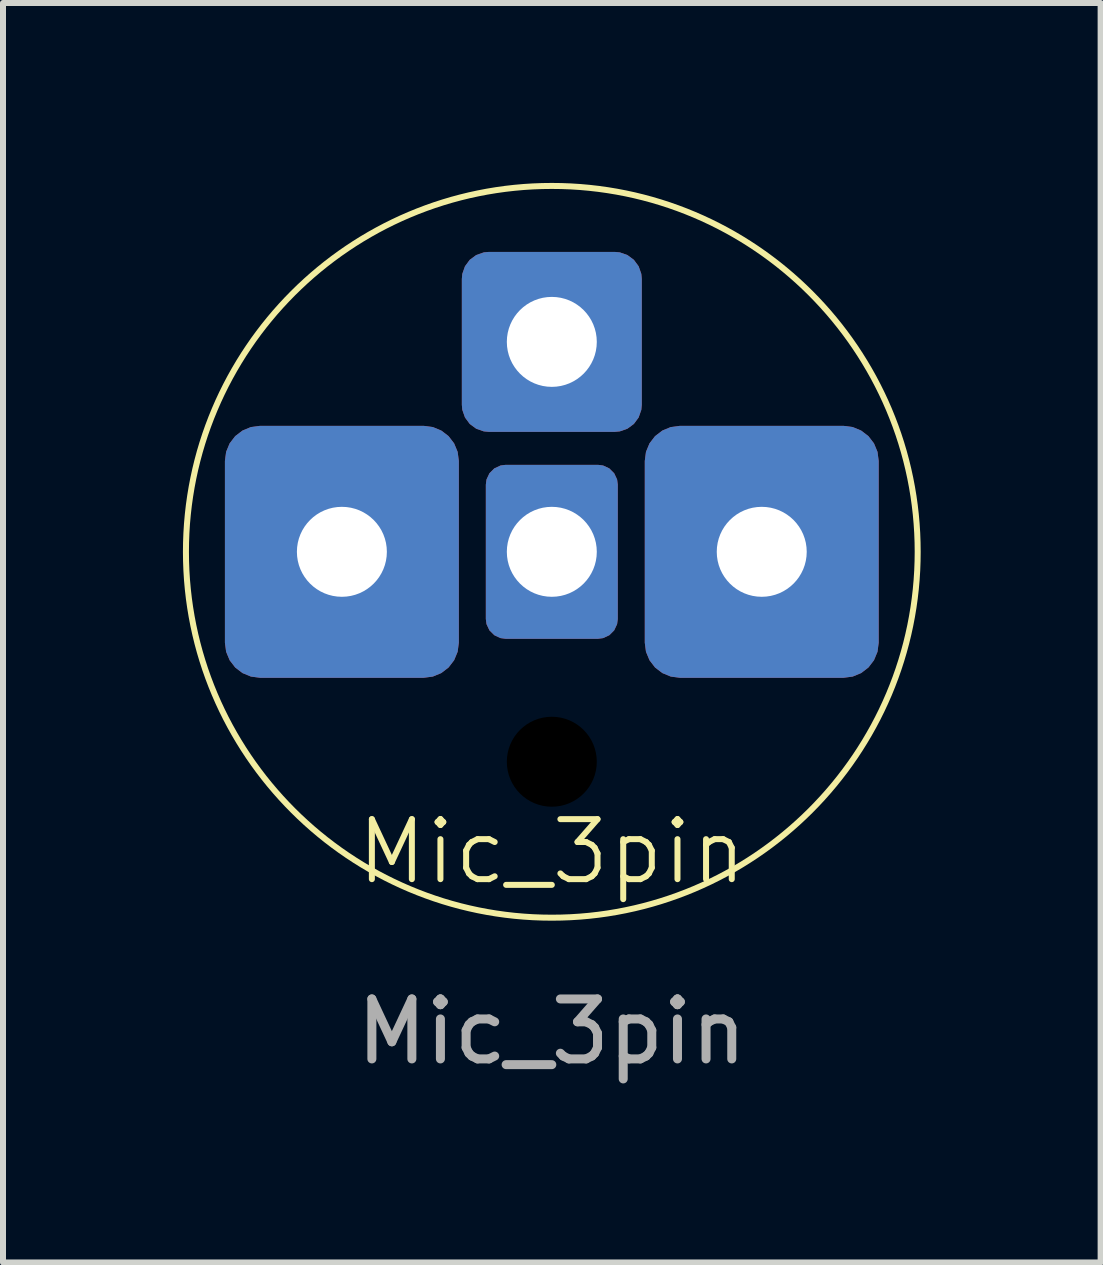
<source format=kicad_pcb>
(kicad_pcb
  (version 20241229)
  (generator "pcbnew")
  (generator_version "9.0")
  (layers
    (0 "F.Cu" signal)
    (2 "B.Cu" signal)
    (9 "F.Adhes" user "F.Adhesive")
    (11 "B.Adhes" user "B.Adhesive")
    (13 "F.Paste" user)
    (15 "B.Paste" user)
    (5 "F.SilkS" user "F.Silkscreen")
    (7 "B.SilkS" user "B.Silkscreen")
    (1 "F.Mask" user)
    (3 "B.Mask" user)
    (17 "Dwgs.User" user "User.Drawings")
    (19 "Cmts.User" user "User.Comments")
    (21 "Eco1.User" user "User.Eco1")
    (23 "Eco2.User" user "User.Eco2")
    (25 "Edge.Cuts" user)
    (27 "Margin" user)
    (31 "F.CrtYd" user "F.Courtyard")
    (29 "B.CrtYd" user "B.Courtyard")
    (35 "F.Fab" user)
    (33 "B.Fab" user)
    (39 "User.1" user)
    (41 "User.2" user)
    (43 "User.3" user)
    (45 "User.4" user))
  (footprint "Mic_3pin"
    (layer "F.Cu")
    (at 6.15 11.65)
    (property "Reference" "Mic_3pin" (at 0 -0.5 0) (unlocked yes) (layer "F.SilkS") (effects (font (size 1 1) (thickness 0.1))))
    (attr smd)
    (fp_circle (center 0 -5.5) (end 6.1 -5.5) (stroke (width 0.1) (type solid)) (fill no) (layer "F.SilkS"))
    (fp_text user "${REFERENCE}" (at 0 2.5 0) (unlocked yes) (layer "F.Fab") (effects (font (size 1 1) (thickness 0.15))))
    (pad "" np_thru_hole circle (at 0 -2) (size 1.5 1.5) (drill 1.5) (layers "*.Mask"))
    (pad "1" thru_hole roundrect (at -3.5 -5.5) (size 3.9 4.2) (drill 1.5) (layers "*.Cu" "*.Mask") (roundrect_rratio 0.15))
    (pad "2" thru_hole roundrect (at 3.5 -5.5) (size 3.9 4.2) (drill 1.5) (layers "*.Cu" "*.Mask") (roundrect_rratio 0.15))
    (pad "3" thru_hole roundrect (at 0 -9) (size 3 3) (drill 1.5) (layers "*.Cu" "*.Mask") (roundrect_rratio 0.15))
    (pad "3" thru_hole roundrect (at 0 -5.5) (size 2.2 2.9) (drill 1.5) (layers "*.Cu" "*.Mask") (roundrect_rratio 0.15)))
  (gr_rect
    (start -3 -3)
    (end 15.3 17.998)
    (stroke (width 0.1) (type default))
    (fill no)
    (layer "Edge.Cuts")))
</source>
